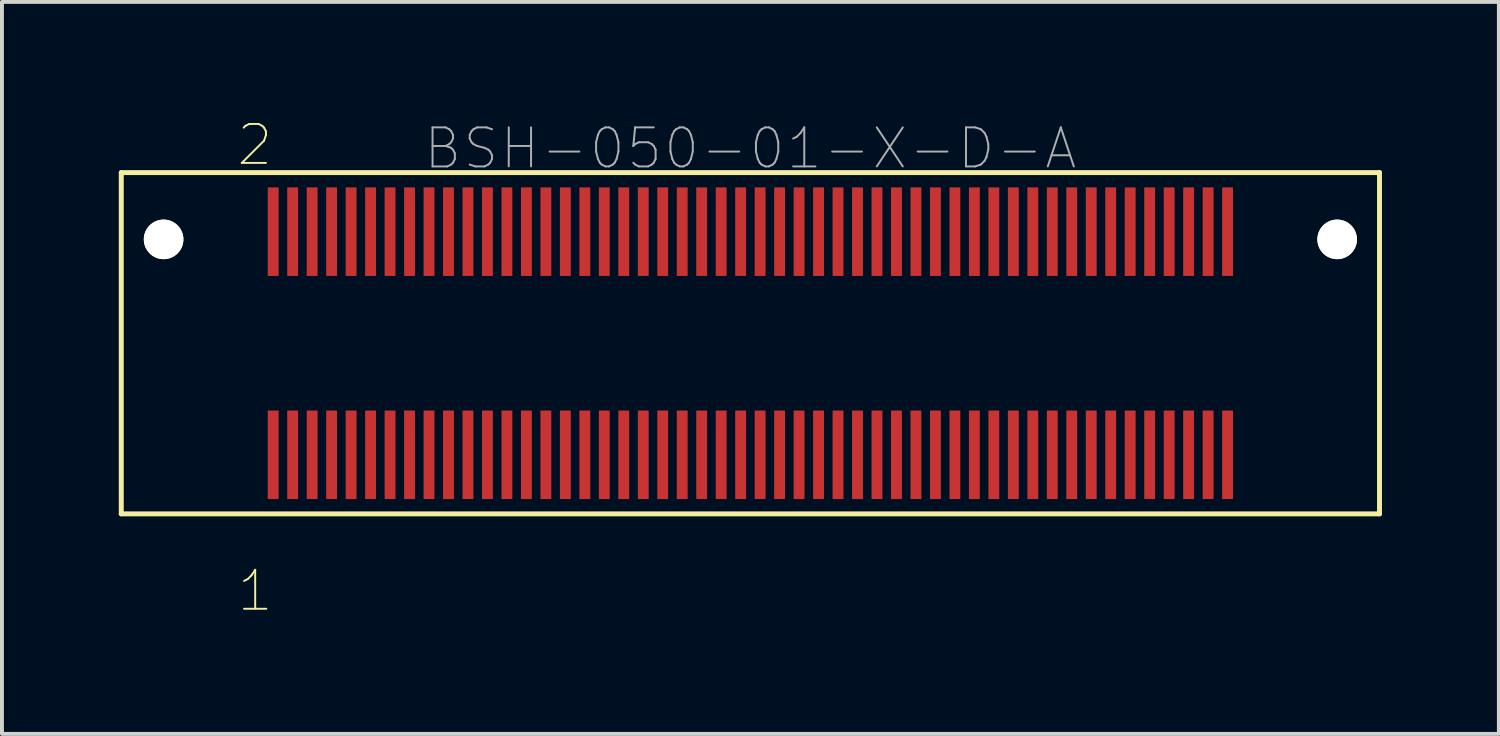
<source format=kicad_pcb>
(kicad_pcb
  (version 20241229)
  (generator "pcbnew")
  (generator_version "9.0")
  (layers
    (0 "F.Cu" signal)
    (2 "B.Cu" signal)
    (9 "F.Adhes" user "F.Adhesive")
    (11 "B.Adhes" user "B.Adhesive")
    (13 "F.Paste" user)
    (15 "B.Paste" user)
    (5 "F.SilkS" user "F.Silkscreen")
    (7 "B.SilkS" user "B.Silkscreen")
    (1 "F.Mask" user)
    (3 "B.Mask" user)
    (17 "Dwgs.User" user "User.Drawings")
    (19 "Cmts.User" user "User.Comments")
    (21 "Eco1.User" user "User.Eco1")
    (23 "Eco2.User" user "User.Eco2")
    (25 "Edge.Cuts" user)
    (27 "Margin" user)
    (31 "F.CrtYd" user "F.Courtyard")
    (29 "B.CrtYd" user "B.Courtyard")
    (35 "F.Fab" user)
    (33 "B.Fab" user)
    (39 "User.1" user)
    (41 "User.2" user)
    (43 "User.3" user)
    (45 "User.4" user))
  (footprint "BSH-050-01-X-D-A"
    (layer "F.Cu")
    (at 16.213 5.761)
    (property "Reference" "BSH-050-01-X-D-A" (at 0 -5 0) (layer "F.Fab") (effects (font (size 1.002 1.002) (thickness 0.05))))
    (attr smd)
    (fp_line (start -16.15 -4.38) (end 16.15 -4.38) (stroke (width 0.127) (type solid)) (layer "F.SilkS"))
    (fp_line (start -16.15 4.38) (end -16.15 -4.38) (stroke (width 0.127) (type solid)) (layer "F.SilkS"))
    (fp_line (start 16.15 -4.38) (end 16.15 4.38) (stroke (width 0.127) (type solid)) (layer "F.SilkS"))
    (fp_line (start 16.15 4.38) (end -16.15 4.38) (stroke (width 0.127) (type solid)) (layer "F.SilkS"))
    (fp_line (start -15.65 -3.62) (end 15.65 -3.62) (stroke (width 0.127) (type solid)) (layer "Eco2.User"))
    (fp_line (start -15.65 3.62) (end -15.65 -3.62) (stroke (width 0.127) (type solid)) (layer "Eco2.User"))
    (fp_line (start 15.65 -3.62) (end 15.65 3.62) (stroke (width 0.127) (type solid)) (layer "Eco2.User"))
    (fp_line (start 15.65 3.62) (end -15.65 3.62) (stroke (width 0.127) (type solid)) (layer "Eco2.User"))
    (fp_text user "2" (at -12.722 -5.089 0) (layer "F.SilkS") (effects (font (size 1 1) (thickness 0.05))))
    (fp_text user "1" (at -12.712 6.356 0) (layer "F.SilkS") (effects (font (size 1 1) (thickness 0.05))))
    (pad "" np_thru_hole circle (at -15.063 -2.666) (size 1.016 1.016) (drill 1.016) (layers "*.Cu" "*.Mask" "F.SilkS"))
    (pad "" np_thru_hole circle (at 15.063 -2.666) (size 1.016 1.016) (drill 1.016) (layers "*.Cu" "*.Mask" "F.SilkS"))
    (pad "1" smd rect (at -12.25 2.864) (size 0.279 2.273) (layers "F.Cu" "F.Mask" "F.Paste"))
    (pad "2" smd rect (at -12.25 -2.864) (size 0.279 2.273) (layers "F.Cu" "F.Mask" "F.Paste"))
    (pad "3" smd rect (at -11.75 2.864) (size 0.279 2.273) (layers "F.Cu" "F.Mask" "F.Paste"))
    (pad "4" smd rect (at -11.75 -2.864) (size 0.279 2.273) (layers "F.Cu" "F.Mask" "F.Paste"))
    (pad "5" smd rect (at -11.25 2.864) (size 0.279 2.273) (layers "F.Cu" "F.Mask" "F.Paste"))
    (pad "6" smd rect (at -11.25 -2.864) (size 0.279 2.273) (layers "F.Cu" "F.Mask" "F.Paste"))
    (pad "7" smd rect (at -10.75 2.864) (size 0.279 2.273) (layers "F.Cu" "F.Mask" "F.Paste"))
    (pad "8" smd rect (at -10.75 -2.864) (size 0.279 2.273) (layers "F.Cu" "F.Mask" "F.Paste"))
    (pad "9" smd rect (at -10.25 2.864) (size 0.279 2.273) (layers "F.Cu" "F.Mask" "F.Paste"))
    (pad "10" smd rect (at -10.25 -2.864) (size 0.279 2.273) (layers "F.Cu" "F.Mask" "F.Paste"))
    (pad "11" smd rect (at -9.75 2.864) (size 0.279 2.273) (layers "F.Cu" "F.Mask" "F.Paste"))
    (pad "12" smd rect (at -9.75 -2.864) (size 0.279 2.273) (layers "F.Cu" "F.Mask" "F.Paste"))
    (pad "13" smd rect (at -9.25 2.864) (size 0.279 2.273) (layers "F.Cu" "F.Mask" "F.Paste"))
    (pad "14" smd rect (at -9.25 -2.864) (size 0.279 2.273) (layers "F.Cu" "F.Mask" "F.Paste"))
    (pad "15" smd rect (at -8.75 2.864) (size 0.279 2.273) (layers "F.Cu" "F.Mask" "F.Paste"))
    (pad "16" smd rect (at -8.75 -2.864) (size 0.279 2.273) (layers "F.Cu" "F.Mask" "F.Paste"))
    (pad "17" smd rect (at -8.25 2.864) (size 0.279 2.273) (layers "F.Cu" "F.Mask" "F.Paste"))
    (pad "18" smd rect (at -8.25 -2.864) (size 0.279 2.273) (layers "F.Cu" "F.Mask" "F.Paste"))
    (pad "19" smd rect (at -7.75 2.864) (size 0.279 2.273) (layers "F.Cu" "F.Mask" "F.Paste"))
    (pad "20" smd rect (at -7.75 -2.864) (size 0.279 2.273) (layers "F.Cu" "F.Mask" "F.Paste"))
    (pad "21" smd rect (at -7.25 2.864) (size 0.279 2.273) (layers "F.Cu" "F.Mask" "F.Paste"))
    (pad "22" smd rect (at -7.25 -2.864) (size 0.279 2.273) (layers "F.Cu" "F.Mask" "F.Paste"))
    (pad "23" smd rect (at -6.75 2.864) (size 0.279 2.273) (layers "F.Cu" "F.Mask" "F.Paste"))
    (pad "24" smd rect (at -6.75 -2.864) (size 0.279 2.273) (layers "F.Cu" "F.Mask" "F.Paste"))
    (pad "25" smd rect (at -6.25 2.864) (size 0.279 2.273) (layers "F.Cu" "F.Mask" "F.Paste"))
    (pad "26" smd rect (at -6.25 -2.864) (size 0.279 2.273) (layers "F.Cu" "F.Mask" "F.Paste"))
    (pad "27" smd rect (at -5.75 2.864) (size 0.279 2.273) (layers "F.Cu" "F.Mask" "F.Paste"))
    (pad "28" smd rect (at -5.75 -2.864) (size 0.279 2.273) (layers "F.Cu" "F.Mask" "F.Paste"))
    (pad "29" smd rect (at -5.25 2.864) (size 0.279 2.273) (layers "F.Cu" "F.Mask" "F.Paste"))
    (pad "30" smd rect (at -5.25 -2.864) (size 0.279 2.273) (layers "F.Cu" "F.Mask" "F.Paste"))
    (pad "31" smd rect (at -4.75 2.864) (size 0.279 2.273) (layers "F.Cu" "F.Mask" "F.Paste"))
    (pad "32" smd rect (at -4.75 -2.864) (size 0.279 2.273) (layers "F.Cu" "F.Mask" "F.Paste"))
    (pad "33" smd rect (at -4.25 2.864) (size 0.279 2.273) (layers "F.Cu" "F.Mask" "F.Paste"))
    (pad "34" smd rect (at -4.25 -2.864) (size 0.279 2.273) (layers "F.Cu" "F.Mask" "F.Paste"))
    (pad "35" smd rect (at -3.75 2.864) (size 0.279 2.273) (layers "F.Cu" "F.Mask" "F.Paste"))
    (pad "36" smd rect (at -3.75 -2.864) (size 0.279 2.273) (layers "F.Cu" "F.Mask" "F.Paste"))
    (pad "37" smd rect (at -3.25 2.864) (size 0.279 2.273) (layers "F.Cu" "F.Mask" "F.Paste"))
    (pad "38" smd rect (at -3.25 -2.864) (size 0.279 2.273) (layers "F.Cu" "F.Mask" "F.Paste"))
    (pad "39" smd rect (at -2.75 2.864) (size 0.279 2.273) (layers "F.Cu" "F.Mask" "F.Paste"))
    (pad "40" smd rect (at -2.75 -2.864) (size 0.279 2.273) (layers "F.Cu" "F.Mask" "F.Paste"))
    (pad "41" smd rect (at -2.25 2.864) (size 0.279 2.273) (layers "F.Cu" "F.Mask" "F.Paste"))
    (pad "42" smd rect (at -2.25 -2.864) (size 0.279 2.273) (layers "F.Cu" "F.Mask" "F.Paste"))
    (pad "43" smd rect (at -1.75 2.864) (size 0.279 2.273) (layers "F.Cu" "F.Mask" "F.Paste"))
    (pad "44" smd rect (at -1.75 -2.864) (size 0.279 2.273) (layers "F.Cu" "F.Mask" "F.Paste"))
    (pad "45" smd rect (at -1.25 2.864) (size 0.279 2.273) (layers "F.Cu" "F.Mask" "F.Paste"))
    (pad "46" smd rect (at -1.25 -2.864) (size 0.279 2.273) (layers "F.Cu" "F.Mask" "F.Paste"))
    (pad "47" smd rect (at -0.75 2.864) (size 0.279 2.273) (layers "F.Cu" "F.Mask" "F.Paste"))
    (pad "48" smd rect (at -0.75 -2.864) (size 0.279 2.273) (layers "F.Cu" "F.Mask" "F.Paste"))
    (pad "49" smd rect (at -0.25 2.864) (size 0.279 2.273) (layers "F.Cu" "F.Mask" "F.Paste"))
    (pad "50" smd rect (at -0.25 -2.864) (size 0.279 2.273) (layers "F.Cu" "F.Mask" "F.Paste"))
    (pad "51" smd rect (at 0.25 2.864) (size 0.279 2.273) (layers "F.Cu" "F.Mask" "F.Paste"))
    (pad "52" smd rect (at 0.25 -2.864) (size 0.279 2.273) (layers "F.Cu" "F.Mask" "F.Paste"))
    (pad "53" smd rect (at 0.75 2.864) (size 0.279 2.273) (layers "F.Cu" "F.Mask" "F.Paste"))
    (pad "54" smd rect (at 0.75 -2.864) (size 0.279 2.273) (layers "F.Cu" "F.Mask" "F.Paste"))
    (pad "55" smd rect (at 1.25 2.864) (size 0.279 2.273) (layers "F.Cu" "F.Mask" "F.Paste"))
    (pad "56" smd rect (at 1.25 -2.864) (size 0.279 2.273) (layers "F.Cu" "F.Mask" "F.Paste"))
    (pad "57" smd rect (at 1.75 2.864) (size 0.279 2.273) (layers "F.Cu" "F.Mask" "F.Paste"))
    (pad "58" smd rect (at 1.75 -2.864) (size 0.279 2.273) (layers "F.Cu" "F.Mask" "F.Paste"))
    (pad "59" smd rect (at 2.25 2.864) (size 0.279 2.273) (layers "F.Cu" "F.Mask" "F.Paste"))
    (pad "60" smd rect (at 2.25 -2.864) (size 0.279 2.273) (layers "F.Cu" "F.Mask" "F.Paste"))
    (pad "61" smd rect (at 2.75 2.864) (size 0.279 2.273) (layers "F.Cu" "F.Mask" "F.Paste"))
    (pad "62" smd rect (at 2.75 -2.864) (size 0.279 2.273) (layers "F.Cu" "F.Mask" "F.Paste"))
    (pad "63" smd rect (at 3.25 2.864) (size 0.279 2.273) (layers "F.Cu" "F.Mask" "F.Paste"))
    (pad "64" smd rect (at 3.25 -2.864) (size 0.279 2.273) (layers "F.Cu" "F.Mask" "F.Paste"))
    (pad "65" smd rect (at 3.75 2.864) (size 0.279 2.273) (layers "F.Cu" "F.Mask" "F.Paste"))
    (pad "66" smd rect (at 3.75 -2.864) (size 0.279 2.273) (layers "F.Cu" "F.Mask" "F.Paste"))
    (pad "67" smd rect (at 4.25 2.864) (size 0.279 2.273) (layers "F.Cu" "F.Mask" "F.Paste"))
    (pad "68" smd rect (at 4.25 -2.864) (size 0.279 2.273) (layers "F.Cu" "F.Mask" "F.Paste"))
    (pad "69" smd rect (at 4.75 2.864) (size 0.279 2.273) (layers "F.Cu" "F.Mask" "F.Paste"))
    (pad "70" smd rect (at 4.75 -2.864) (size 0.279 2.273) (layers "F.Cu" "F.Mask" "F.Paste"))
    (pad "71" smd rect (at 5.25 2.864) (size 0.279 2.273) (layers "F.Cu" "F.Mask" "F.Paste"))
    (pad "72" smd rect (at 5.25 -2.864) (size 0.279 2.273) (layers "F.Cu" "F.Mask" "F.Paste"))
    (pad "73" smd rect (at 5.75 2.864) (size 0.279 2.273) (layers "F.Cu" "F.Mask" "F.Paste"))
    (pad "74" smd rect (at 5.75 -2.864) (size 0.279 2.273) (layers "F.Cu" "F.Mask" "F.Paste"))
    (pad "75" smd rect (at 6.25 2.864) (size 0.279 2.273) (layers "F.Cu" "F.Mask" "F.Paste"))
    (pad "76" smd rect (at 6.25 -2.864) (size 0.279 2.273) (layers "F.Cu" "F.Mask" "F.Paste"))
    (pad "77" smd rect (at 6.75 2.864) (size 0.279 2.273) (layers "F.Cu" "F.Mask" "F.Paste"))
    (pad "78" smd rect (at 6.75 -2.864) (size 0.279 2.273) (layers "F.Cu" "F.Mask" "F.Paste"))
    (pad "79" smd rect (at 7.25 2.864) (size 0.279 2.273) (layers "F.Cu" "F.Mask" "F.Paste"))
    (pad "80" smd rect (at 7.25 -2.864) (size 0.279 2.273) (layers "F.Cu" "F.Mask" "F.Paste"))
    (pad "81" smd rect (at 7.75 2.864) (size 0.279 2.273) (layers "F.Cu" "F.Mask" "F.Paste"))
    (pad "82" smd rect (at 7.75 -2.864) (size 0.279 2.273) (layers "F.Cu" "F.Mask" "F.Paste"))
    (pad "83" smd rect (at 8.25 2.864) (size 0.279 2.273) (layers "F.Cu" "F.Mask" "F.Paste"))
    (pad "84" smd rect (at 8.25 -2.864) (size 0.279 2.273) (layers "F.Cu" "F.Mask" "F.Paste"))
    (pad "85" smd rect (at 8.75 2.864) (size 0.279 2.273) (layers "F.Cu" "F.Mask" "F.Paste"))
    (pad "86" smd rect (at 8.75 -2.864) (size 0.279 2.273) (layers "F.Cu" "F.Mask" "F.Paste"))
    (pad "87" smd rect (at 9.25 2.864) (size 0.279 2.273) (layers "F.Cu" "F.Mask" "F.Paste"))
    (pad "88" smd rect (at 9.25 -2.864) (size 0.279 2.273) (layers "F.Cu" "F.Mask" "F.Paste"))
    (pad "89" smd rect (at 9.75 2.864) (size 0.279 2.273) (layers "F.Cu" "F.Mask" "F.Paste"))
    (pad "90" smd rect (at 9.75 -2.864) (size 0.279 2.273) (layers "F.Cu" "F.Mask" "F.Paste"))
    (pad "91" smd rect (at 10.25 2.864) (size 0.279 2.273) (layers "F.Cu" "F.Mask" "F.Paste"))
    (pad "92" smd rect (at 10.25 -2.864) (size 0.279 2.273) (layers "F.Cu" "F.Mask" "F.Paste"))
    (pad "93" smd rect (at 10.75 2.864) (size 0.279 2.273) (layers "F.Cu" "F.Mask" "F.Paste"))
    (pad "94" smd rect (at 10.75 -2.864) (size 0.279 2.273) (layers "F.Cu" "F.Mask" "F.Paste"))
    (pad "95" smd rect (at 11.25 2.864) (size 0.279 2.273) (layers "F.Cu" "F.Mask" "F.Paste"))
    (pad "96" smd rect (at 11.25 -2.864) (size 0.279 2.273) (layers "F.Cu" "F.Mask" "F.Paste"))
    (pad "97" smd rect (at 11.75 2.864) (size 0.279 2.273) (layers "F.Cu" "F.Mask" "F.Paste"))
    (pad "98" smd rect (at 11.75 -2.864) (size 0.279 2.273) (layers "F.Cu" "F.Mask" "F.Paste"))
    (pad "99" smd rect (at 12.25 2.864) (size 0.279 2.273) (layers "F.Cu" "F.Mask" "F.Paste"))
    (pad "100" smd rect (at 12.25 -2.864) (size 0.279 2.273) (layers "F.Cu" "F.Mask" "F.Paste")))
  (gr_rect
    (start -3 -3)
    (end 35.427 15.79)
    (stroke (width 0.1) (type default))
    (fill no)
    (layer "Edge.Cuts")))
</source>
